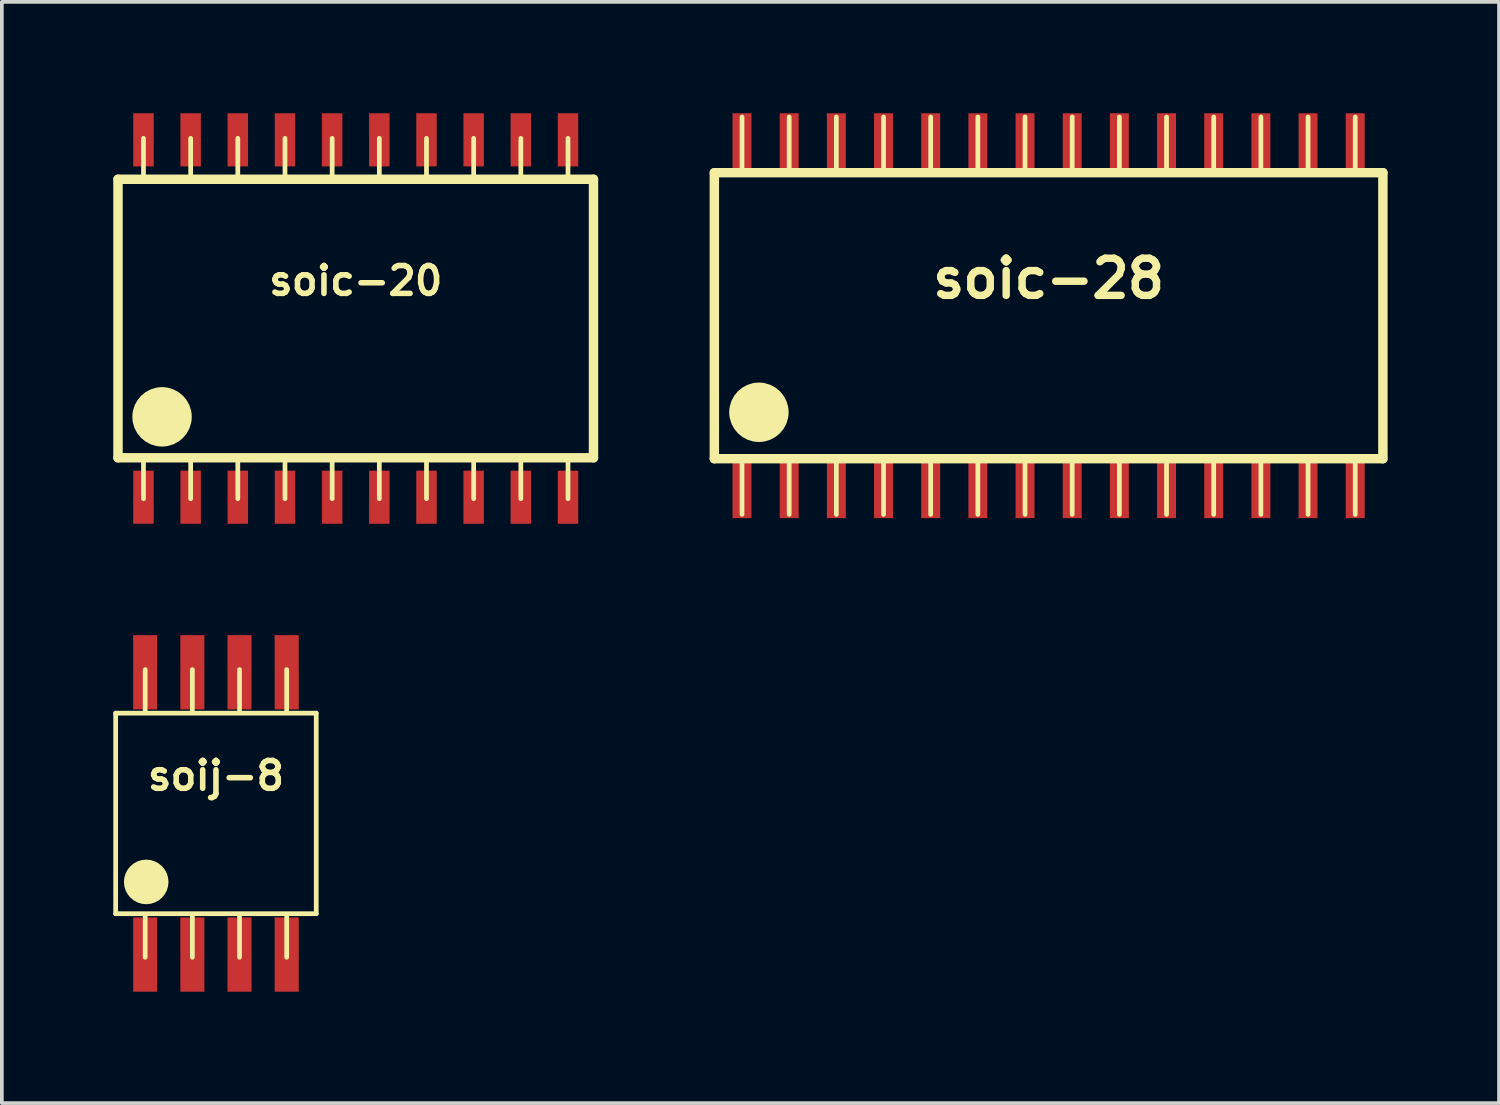
<source format=kicad_pcb>
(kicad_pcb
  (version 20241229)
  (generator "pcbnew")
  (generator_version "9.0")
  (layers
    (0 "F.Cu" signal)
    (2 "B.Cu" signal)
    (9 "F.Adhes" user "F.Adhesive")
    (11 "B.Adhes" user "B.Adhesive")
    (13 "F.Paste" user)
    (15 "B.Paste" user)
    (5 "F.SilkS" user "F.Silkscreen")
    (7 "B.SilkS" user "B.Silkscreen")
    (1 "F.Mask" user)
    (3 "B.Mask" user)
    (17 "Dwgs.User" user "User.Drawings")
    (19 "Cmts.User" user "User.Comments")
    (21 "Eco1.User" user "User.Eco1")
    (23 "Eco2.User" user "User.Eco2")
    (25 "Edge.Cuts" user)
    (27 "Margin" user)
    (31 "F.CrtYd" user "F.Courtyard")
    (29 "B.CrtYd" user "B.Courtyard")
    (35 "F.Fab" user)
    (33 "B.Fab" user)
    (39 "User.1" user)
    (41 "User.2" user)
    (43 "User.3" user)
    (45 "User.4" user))
  (footprint "soij-8"
    (layer "F.Cu")
    (at 2.764 18.851)
    (property "Reference" "soij-8" (at 0 -1.016 0) (layer "F.SilkS") (effects (font (size 0.749 0.749) (thickness 0.15))))
    (attr smd)
    (fp_line (start -2.7 -2.7) (end 2.7 -2.7) (stroke (width 0.127) (type solid)) (layer "F.SilkS"))
    (fp_line (start -2.7 2.7) (end -2.7 -2.7) (stroke (width 0.127) (type solid)) (layer "F.SilkS"))
    (fp_line (start -1.905 -2.781) (end -1.905 -3.873) (stroke (width 0.127) (type solid)) (layer "F.SilkS"))
    (fp_line (start -1.905 3.873) (end -1.905 2.781) (stroke (width 0.127) (type solid)) (layer "F.SilkS"))
    (fp_line (start -0.635 -2.781) (end -0.635 -3.873) (stroke (width 0.127) (type solid)) (layer "F.SilkS"))
    (fp_line (start -0.635 3.873) (end -0.635 2.781) (stroke (width 0.127) (type solid)) (layer "F.SilkS"))
    (fp_line (start 0.635 -2.781) (end 0.635 -3.873) (stroke (width 0.127) (type solid)) (layer "F.SilkS"))
    (fp_line (start 0.635 3.873) (end 0.635 2.781) (stroke (width 0.127) (type solid)) (layer "F.SilkS"))
    (fp_line (start 1.905 -3.873) (end 1.905 -2.781) (stroke (width 0.127) (type solid)) (layer "F.SilkS"))
    (fp_line (start 1.905 2.781) (end 1.905 3.873) (stroke (width 0.127) (type solid)) (layer "F.SilkS"))
    (fp_line (start 2.7 -2.7) (end 2.7 2.7) (stroke (width 0.127) (type solid)) (layer "F.SilkS"))
    (fp_line (start 2.7 2.7) (end -2.7 2.7) (stroke (width 0.127) (type solid)) (layer "F.SilkS"))
    (fp_circle (center -1.877 1.844) (end -1.577 1.844) (stroke (width 0.6) (type solid)) (fill no) (layer "F.SilkS"))
    (pad "1" smd rect (at -1.905 3.8) (size 0.648 1.999) (layers "F.Cu" "F.Mask" "F.Paste"))
    (pad "2" smd rect (at -0.635 3.8) (size 0.648 1.999) (layers "F.Cu" "F.Mask" "F.Paste"))
    (pad "3" smd rect (at 0.635 3.8) (size 0.648 1.999) (layers "F.Cu" "F.Mask" "F.Paste"))
    (pad "4" smd rect (at 1.905 3.8) (size 0.648 1.999) (layers "F.Cu" "F.Mask" "F.Paste"))
    (pad "5" smd rect (at 1.905 -3.8) (size 0.648 1.999) (layers "F.Cu" "F.Mask" "F.Paste"))
    (pad "6" smd rect (at 0.635 -3.8) (size 0.648 1.999) (layers "F.Cu" "F.Mask" "F.Paste"))
    (pad "7" smd rect (at -0.635 -3.8) (size 0.648 1.999) (layers "F.Cu" "F.Mask" "F.Paste"))
    (pad "8" smd rect (at -1.905 -3.8) (size 0.648 1.999) (layers "F.Cu" "F.Mask" "F.Paste")))
  (footprint "soic-20"
    (layer "F.Cu")
    (at 6.528 5.526)
    (property "Reference" "soic-20" (at 0 -1.016 0) (layer "F.SilkS") (effects (font (size 0.749 0.749) (thickness 0.15))))
    (attr smd)
    (fp_line (start -6.401 -3.749) (end -6.401 3.749) (stroke (width 0.254) (type solid)) (layer "F.SilkS"))
    (fp_line (start -6.401 3.749) (end 6.401 3.749) (stroke (width 0.254) (type solid)) (layer "F.SilkS"))
    (fp_line (start -5.715 -3.759) (end -5.715 -4.851) (stroke (width 0.127) (type solid)) (layer "F.SilkS"))
    (fp_line (start -5.715 4.851) (end -5.715 3.759) (stroke (width 0.127) (type solid)) (layer "F.SilkS"))
    (fp_line (start -4.445 -3.759) (end -4.445 -4.851) (stroke (width 0.127) (type solid)) (layer "F.SilkS"))
    (fp_line (start -4.445 3.759) (end -4.445 4.851) (stroke (width 0.127) (type solid)) (layer "F.SilkS"))
    (fp_line (start -3.175 -3.759) (end -3.175 -4.851) (stroke (width 0.127) (type solid)) (layer "F.SilkS"))
    (fp_line (start -3.175 4.851) (end -3.175 3.759) (stroke (width 0.127) (type solid)) (layer "F.SilkS"))
    (fp_line (start -1.905 -4.851) (end -1.905 -3.759) (stroke (width 0.127) (type solid)) (layer "F.SilkS"))
    (fp_line (start -1.905 4.851) (end -1.905 3.759) (stroke (width 0.127) (type solid)) (layer "F.SilkS"))
    (fp_line (start -0.635 -4.851) (end -0.635 -3.759) (stroke (width 0.127) (type solid)) (layer "F.SilkS"))
    (fp_line (start -0.635 4.851) (end -0.635 3.759) (stroke (width 0.127) (type solid)) (layer "F.SilkS"))
    (fp_line (start 0.635 -4.851) (end 0.635 -3.759) (stroke (width 0.127) (type solid)) (layer "F.SilkS"))
    (fp_line (start 0.635 4.851) (end 0.635 3.759) (stroke (width 0.127) (type solid)) (layer "F.SilkS"))
    (fp_line (start 1.905 -3.759) (end 1.905 -4.851) (stroke (width 0.127) (type solid)) (layer "F.SilkS"))
    (fp_line (start 1.905 3.759) (end 1.905 4.851) (stroke (width 0.127) (type solid)) (layer "F.SilkS"))
    (fp_line (start 3.175 -3.759) (end 3.175 -4.851) (stroke (width 0.127) (type solid)) (layer "F.SilkS"))
    (fp_line (start 3.175 3.759) (end 3.175 4.851) (stroke (width 0.127) (type solid)) (layer "F.SilkS"))
    (fp_line (start 4.445 -3.759) (end 4.445 -4.851) (stroke (width 0.127) (type solid)) (layer "F.SilkS"))
    (fp_line (start 4.445 3.759) (end 4.445 4.851) (stroke (width 0.127) (type solid)) (layer "F.SilkS"))
    (fp_line (start 5.715 -4.851) (end 5.715 -3.759) (stroke (width 0.127) (type solid)) (layer "F.SilkS"))
    (fp_line (start 5.715 3.759) (end 5.715 4.851) (stroke (width 0.127) (type solid)) (layer "F.SilkS"))
    (fp_line (start 6.401 -3.749) (end -6.401 -3.749) (stroke (width 0.254) (type solid)) (layer "F.SilkS"))
    (fp_line (start 6.401 3.749) (end 6.401 -3.749) (stroke (width 0.254) (type solid)) (layer "F.SilkS"))
    (fp_circle (center -5.215 2.647) (end -4.815 2.647) (stroke (width 0.8) (type solid)) (fill no) (layer "F.SilkS"))
    (pad "1" smd rect (at -5.715 4.811) (size 0.551 1.43) (layers "F.Cu" "F.Mask" "F.Paste"))
    (pad "2" smd rect (at -4.445 4.811) (size 0.551 1.43) (layers "F.Cu" "F.Mask" "F.Paste"))
    (pad "3" smd rect (at -3.175 4.811) (size 0.551 1.43) (layers "F.Cu" "F.Mask" "F.Paste"))
    (pad "4" smd rect (at -1.905 4.811) (size 0.551 1.43) (layers "F.Cu" "F.Mask" "F.Paste"))
    (pad "5" smd rect (at -0.635 4.811) (size 0.551 1.43) (layers "F.Cu" "F.Mask" "F.Paste"))
    (pad "6" smd rect (at 0.635 4.811) (size 0.551 1.43) (layers "F.Cu" "F.Mask" "F.Paste"))
    (pad "7" smd rect (at 1.905 4.811) (size 0.551 1.43) (layers "F.Cu" "F.Mask" "F.Paste"))
    (pad "8" smd rect (at 3.175 4.811) (size 0.551 1.43) (layers "F.Cu" "F.Mask" "F.Paste"))
    (pad "9" smd rect (at 4.445 4.811) (size 0.551 1.43) (layers "F.Cu" "F.Mask" "F.Paste"))
    (pad "10" smd rect (at 5.715 4.811) (size 0.551 1.43) (layers "F.Cu" "F.Mask" "F.Paste"))
    (pad "11" smd rect (at 5.715 -4.811) (size 0.551 1.43) (layers "F.Cu" "F.Mask" "F.Paste"))
    (pad "12" smd rect (at 4.445 -4.811) (size 0.551 1.43) (layers "F.Cu" "F.Mask" "F.Paste"))
    (pad "13" smd rect (at 3.175 -4.811) (size 0.551 1.43) (layers "F.Cu" "F.Mask" "F.Paste"))
    (pad "14" smd rect (at 1.905 -4.811) (size 0.551 1.43) (layers "F.Cu" "F.Mask" "F.Paste"))
    (pad "15" smd rect (at 0.635 -4.811) (size 0.551 1.43) (layers "F.Cu" "F.Mask" "F.Paste"))
    (pad "16" smd rect (at -0.635 -4.811) (size 0.551 1.43) (layers "F.Cu" "F.Mask" "F.Paste"))
    (pad "17" smd rect (at -1.905 -4.811) (size 0.551 1.43) (layers "F.Cu" "F.Mask" "F.Paste"))
    (pad "18" smd rect (at -3.175 -4.811) (size 0.551 1.43) (layers "F.Cu" "F.Mask" "F.Paste"))
    (pad "19" smd rect (at -4.445 -4.811) (size 0.551 1.43) (layers "F.Cu" "F.Mask" "F.Paste"))
    (pad "20" smd rect (at -5.715 -4.811) (size 0.551 1.43) (layers "F.Cu" "F.Mask" "F.Paste")))
  (footprint "soic-28"
    (layer "F.Cu")
    (at 25.183 5.45)
    (property "Reference" "soic-28" (at 0 -1 0) (layer "F.SilkS") (effects (font (size 1 1) (thickness 0.2))))
    (attr smd)
    (fp_line (start -9 -3.85) (end -9 3.85) (stroke (width 0.254) (type solid)) (layer "F.SilkS"))
    (fp_line (start -9 3.85) (end 9 3.85) (stroke (width 0.254) (type solid)) (layer "F.SilkS"))
    (fp_line (start -8.255 -5.35) (end -8.255 -3.85) (stroke (width 0.127) (type solid)) (layer "F.SilkS"))
    (fp_line (start -8.255 3.85) (end -8.255 5.35) (stroke (width 0.127) (type solid)) (layer "F.SilkS"))
    (fp_line (start -6.985 -3.85) (end -6.985 -5.35) (stroke (width 0.127) (type solid)) (layer "F.SilkS"))
    (fp_line (start -6.985 5.35) (end -6.985 3.85) (stroke (width 0.127) (type solid)) (layer "F.SilkS"))
    (fp_line (start -5.715 -3.85) (end -5.715 -5.35) (stroke (width 0.127) (type solid)) (layer "F.SilkS"))
    (fp_line (start -5.715 5.35) (end -5.715 3.85) (stroke (width 0.127) (type solid)) (layer "F.SilkS"))
    (fp_line (start -4.445 -3.85) (end -4.445 -5.35) (stroke (width 0.127) (type solid)) (layer "F.SilkS"))
    (fp_line (start -4.445 3.85) (end -4.445 5.35) (stroke (width 0.127) (type solid)) (layer "F.SilkS"))
    (fp_line (start -3.175 -3.85) (end -3.175 -5.35) (stroke (width 0.127) (type solid)) (layer "F.SilkS"))
    (fp_line (start -3.175 5.35) (end -3.175 3.85) (stroke (width 0.127) (type solid)) (layer "F.SilkS"))
    (fp_line (start -1.905 -5.35) (end -1.905 -3.85) (stroke (width 0.127) (type solid)) (layer "F.SilkS"))
    (fp_line (start -1.905 5.35) (end -1.905 3.85) (stroke (width 0.127) (type solid)) (layer "F.SilkS"))
    (fp_line (start -0.635 -5.35) (end -0.635 -3.85) (stroke (width 0.127) (type solid)) (layer "F.SilkS"))
    (fp_line (start -0.635 5.35) (end -0.635 3.85) (stroke (width 0.127) (type solid)) (layer "F.SilkS"))
    (fp_line (start 0.635 -5.35) (end 0.635 -3.85) (stroke (width 0.127) (type solid)) (layer "F.SilkS"))
    (fp_line (start 0.635 5.35) (end 0.635 3.85) (stroke (width 0.127) (type solid)) (layer "F.SilkS"))
    (fp_line (start 1.905 -3.85) (end 1.905 -5.35) (stroke (width 0.127) (type solid)) (layer "F.SilkS"))
    (fp_line (start 1.905 3.85) (end 1.905 5.35) (stroke (width 0.127) (type solid)) (layer "F.SilkS"))
    (fp_line (start 3.175 -3.85) (end 3.175 -5.35) (stroke (width 0.127) (type solid)) (layer "F.SilkS"))
    (fp_line (start 3.175 3.85) (end 3.175 5.35) (stroke (width 0.127) (type solid)) (layer "F.SilkS"))
    (fp_line (start 4.445 -3.85) (end 4.445 -5.35) (stroke (width 0.127) (type solid)) (layer "F.SilkS"))
    (fp_line (start 4.445 3.85) (end 4.445 5.35) (stroke (width 0.127) (type solid)) (layer "F.SilkS"))
    (fp_line (start 5.715 -5.35) (end 5.715 -3.85) (stroke (width 0.127) (type solid)) (layer "F.SilkS"))
    (fp_line (start 5.715 3.85) (end 5.715 5.35) (stroke (width 0.127) (type solid)) (layer "F.SilkS"))
    (fp_line (start 6.985 -5.35) (end 6.985 -3.85) (stroke (width 0.127) (type solid)) (layer "F.SilkS"))
    (fp_line (start 6.985 3.85) (end 6.985 5.35) (stroke (width 0.127) (type solid)) (layer "F.SilkS"))
    (fp_line (start 8.255 -5.35) (end 8.255 -3.85) (stroke (width 0.127) (type solid)) (layer "F.SilkS"))
    (fp_line (start 8.255 3.85) (end 8.255 5.35) (stroke (width 0.127) (type solid)) (layer "F.SilkS"))
    (fp_line (start 9 -3.85) (end -9 -3.85) (stroke (width 0.254) (type solid)) (layer "F.SilkS"))
    (fp_line (start 9 3.85) (end 9 -3.85) (stroke (width 0.254) (type solid)) (layer "F.SilkS"))
    (fp_circle (center -7.8 2.6) (end -7.4 2.6) (stroke (width 0.8) (type solid)) (fill no) (layer "F.SilkS"))
    (pad "1" smd rect (at -8.255 4.7) (size 0.51 1.5) (layers "F.Cu" "F.Mask" "F.Paste"))
    (pad "2" smd rect (at -6.985 4.7) (size 0.51 1.5) (layers "F.Cu" "F.Mask" "F.Paste"))
    (pad "3" smd rect (at -5.715 4.7) (size 0.51 1.5) (layers "F.Cu" "F.Mask" "F.Paste"))
    (pad "4" smd rect (at -4.445 4.7) (size 0.51 1.5) (layers "F.Cu" "F.Mask" "F.Paste"))
    (pad "5" smd rect (at -3.175 4.7) (size 0.51 1.5) (layers "F.Cu" "F.Mask" "F.Paste"))
    (pad "6" smd rect (at -1.905 4.7) (size 0.51 1.5) (layers "F.Cu" "F.Mask" "F.Paste"))
    (pad "7" smd rect (at -0.635 4.7) (size 0.51 1.5) (layers "F.Cu" "F.Mask" "F.Paste"))
    (pad "8" smd rect (at 0.635 4.7) (size 0.51 1.5) (layers "F.Cu" "F.Mask" "F.Paste"))
    (pad "9" smd rect (at 1.905 4.7) (size 0.51 1.5) (layers "F.Cu" "F.Mask" "F.Paste"))
    (pad "10" smd rect (at 3.175 4.7) (size 0.51 1.5) (layers "F.Cu" "F.Mask" "F.Paste"))
    (pad "11" smd rect (at 4.445 4.7) (size 0.51 1.5) (layers "F.Cu" "F.Mask" "F.Paste"))
    (pad "12" smd rect (at 5.715 4.7) (size 0.51 1.5) (layers "F.Cu" "F.Mask" "F.Paste"))
    (pad "13" smd rect (at 6.985 4.7) (size 0.51 1.5) (layers "F.Cu" "F.Mask" "F.Paste"))
    (pad "14" smd rect (at 8.255 4.7) (size 0.51 1.5) (layers "F.Cu" "F.Mask" "F.Paste"))
    (pad "15" smd rect (at 8.255 -4.7) (size 0.51 1.5) (layers "F.Cu" "F.Mask" "F.Paste"))
    (pad "16" smd rect (at 6.985 -4.7) (size 0.51 1.5) (layers "F.Cu" "F.Mask" "F.Paste"))
    (pad "17" smd rect (at 5.715 -4.7) (size 0.51 1.5) (layers "F.Cu" "F.Mask" "F.Paste"))
    (pad "18" smd rect (at 4.445 -4.7) (size 0.51 1.5) (layers "F.Cu" "F.Mask" "F.Paste"))
    (pad "19" smd rect (at 3.175 -4.7) (size 0.51 1.5) (layers "F.Cu" "F.Mask" "F.Paste"))
    (pad "20" smd rect (at 1.905 -4.7) (size 0.51 1.5) (layers "F.Cu" "F.Mask" "F.Paste"))
    (pad "21" smd rect (at 0.635 -4.7) (size 0.51 1.5) (layers "F.Cu" "F.Mask" "F.Paste"))
    (pad "22" smd rect (at -0.635 -4.7) (size 0.51 1.5) (layers "F.Cu" "F.Mask" "F.Paste"))
    (pad "23" smd rect (at -1.905 -4.7) (size 0.51 1.5) (layers "F.Cu" "F.Mask" "F.Paste"))
    (pad "24" smd rect (at -3.175 -4.7) (size 0.51 1.5) (layers "F.Cu" "F.Mask" "F.Paste"))
    (pad "25" smd rect (at -4.445 -4.7) (size 0.51 1.5) (layers "F.Cu" "F.Mask" "F.Paste"))
    (pad "26" smd rect (at -5.715 -4.7) (size 0.51 1.5) (layers "F.Cu" "F.Mask" "F.Paste"))
    (pad "27" smd rect (at -6.985 -4.7) (size 0.51 1.5) (layers "F.Cu" "F.Mask" "F.Paste"))
    (pad "28" smd rect (at -8.255 -4.7) (size 0.51 1.5) (layers "F.Cu" "F.Mask" "F.Paste")))
  (gr_rect
    (start -3 -3)
    (end 37.31 26.65)
    (stroke (width 0.1) (type default))
    (fill no)
    (layer "Edge.Cuts")))
</source>
